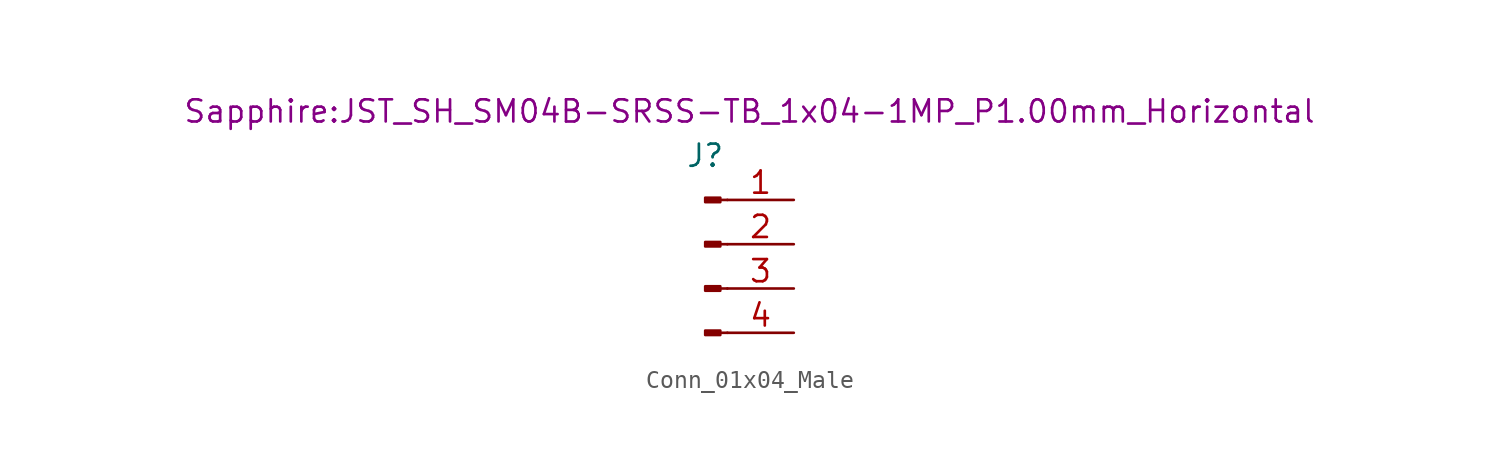
<source format=kicad_sym>
(kicad_symbol_lib
  (version 20211014)
  (generator kicad_symbol_editor)
  (symbol "Conn_01x04_Male"
    (pin_names
      (offset 1.016) hide)
    (property "Reference" "J"
      (at 0 5.08 0)
      (effects (font (size 1.27 1.27))))
    (property "Footprint" "Sapphire:JST_SH_SM04B-SRSS-TB_1x04-1MP_P1.00mm_Horizontal"
      (at 2.54 7.62 0)
      (effects (font (size 1.27 1.27))))
    (symbol "Conn_01x04_Male_1_1"
      (polyline (pts (xy 1.27 -5.08) (xy 0.864 -5.08)) (stroke (width 0.152) (type default) (color 0 0 0 0)) (fill (type none)))
      (polyline (pts (xy 1.27 -2.54) (xy 0.864 -2.54)) (stroke (width 0.152) (type default) (color 0 0 0 0)) (fill (type none)))
      (polyline (pts (xy 1.27 0) (xy 0.864 0)) (stroke (width 0.152) (type default) (color 0 0 0 0)) (fill (type none)))
      (polyline (pts (xy 1.27 2.54) (xy 0.864 2.54)) (stroke (width 0.152) (type default) (color 0 0 0 0)) (fill (type none)))
      (rectangle (start 0.864 -4.953) (end 0 -5.207) (stroke (width 0.152) (type default) (color 0 0 0 0)) (fill (type outline)))
      (rectangle (start 0.864 -2.413) (end 0 -2.667) (stroke (width 0.152) (type default) (color 0 0 0 0)) (fill (type outline)))
      (rectangle (start 0.864 0.127) (end 0 -0.127) (stroke (width 0.152) (type default) (color 0 0 0 0)) (fill (type outline)))
      (rectangle (start 0.864 2.667) (end 0 2.413) (stroke (width 0.152) (type default) (color 0 0 0 0)) (fill (type outline)))
      (pin passive line (at 5.08 2.54 180) (length 3.81) (name "Pin_1" (effects (font (size 1.27 1.27)))) (number "1" (effects (font (size 1.27 1.27)))))
      (pin passive line (at 5.08 0 180) (length 3.81) (name "Pin_2" (effects (font (size 1.27 1.27)))) (number "2" (effects (font (size 1.27 1.27)))))
      (pin passive line (at 5.08 -2.54 180) (length 3.81) (name "Pin_3" (effects (font (size 1.27 1.27)))) (number "3" (effects (font (size 1.27 1.27)))))
      (pin passive line (at 5.08 -5.08 180) (length 3.81) (name "Pin_4" (effects (font (size 1.27 1.27)))) (number "4" (effects (font (size 1.27 1.27))))))))
</source>
